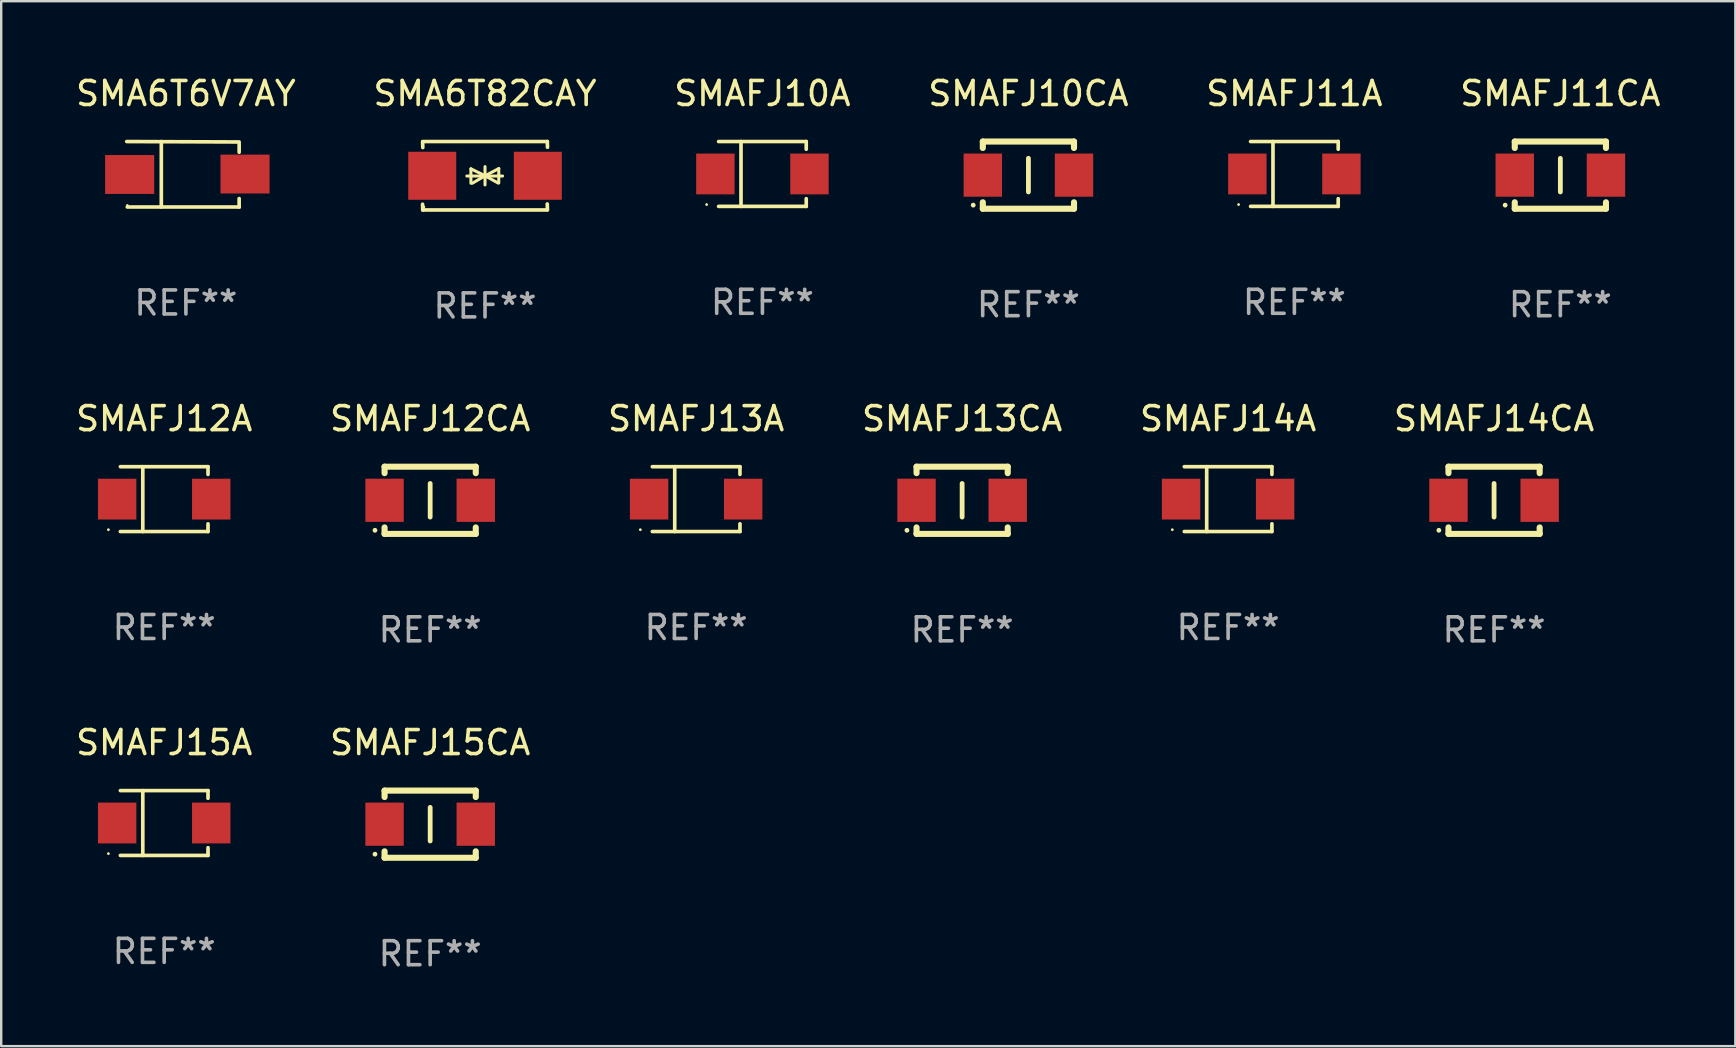
<source format=kicad_pcb>
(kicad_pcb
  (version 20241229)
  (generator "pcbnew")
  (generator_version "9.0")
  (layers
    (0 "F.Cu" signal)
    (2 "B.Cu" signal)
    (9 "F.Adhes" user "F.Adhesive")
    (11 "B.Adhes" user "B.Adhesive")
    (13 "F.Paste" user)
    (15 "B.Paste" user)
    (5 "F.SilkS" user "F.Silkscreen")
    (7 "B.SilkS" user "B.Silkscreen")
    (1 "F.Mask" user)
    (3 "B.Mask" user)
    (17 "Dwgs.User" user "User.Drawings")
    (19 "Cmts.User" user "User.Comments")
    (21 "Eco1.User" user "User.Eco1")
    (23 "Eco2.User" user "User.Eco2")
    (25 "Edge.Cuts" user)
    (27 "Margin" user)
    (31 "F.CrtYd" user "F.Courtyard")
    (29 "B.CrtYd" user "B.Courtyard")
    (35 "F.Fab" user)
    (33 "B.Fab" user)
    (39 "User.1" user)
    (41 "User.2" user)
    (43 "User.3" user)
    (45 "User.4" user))
  (footprint "SMAFJ11CA"
    (layer "F.Cu")
    (at 61.97 4.248)
    (property "Reference" "SMAFJ11CA" (at 0 -3.4 0) (layer "F.SilkS") (effects (font (size 1 1) (thickness 0.15))))
    (attr through_hole)
    (fp_line (start -1.9 -1.4) (end -1.9 -1.131) (stroke (width 0.254) (type solid)) (layer "F.SilkS"))
    (fp_line (start -1.9 -1.4) (end 1.9 -1.4) (stroke (width 0.254) (type solid)) (layer "F.SilkS"))
    (fp_line (start -1.9 1.131) (end -1.9 1.4) (stroke (width 0.254) (type solid)) (layer "F.SilkS"))
    (fp_line (start -1.9 1.4) (end 1.9 1.4) (stroke (width 0.254) (type solid)) (layer "F.SilkS"))
    (fp_line (start 0 -0.7) (end 0 0.7) (stroke (width 0.2) (type solid)) (layer "F.SilkS"))
    (fp_line (start 1.9 -1.4) (end 1.9 -1.131) (stroke (width 0.254) (type solid)) (layer "F.SilkS"))
    (fp_line (start 1.9 1.131) (end 1.9 1.4) (stroke (width 0.254) (type solid)) (layer "F.SilkS"))
    (fp_circle (center -2.3 1.25) (end -2.25 1.25) (stroke (width 0.1) (type solid)) (fill no) (layer "F.SilkS"))
    (fp_text user "REF**" (at 0 5.4 0) (layer "F.Fab") (effects (font (size 1 1) (thickness 0.15))))
    (pad "1" smd rect (at -1.9 0 180) (size 1.6 1.8) (layers "F.Cu" "F.Mask" "F.Paste"))
    (pad "2" smd rect (at 1.9 0 180) (size 1.6 1.8) (layers "F.Cu" "F.Mask" "F.Paste")))
  (footprint "SMAFJ14CA"
    (layer "F.Cu")
    (at 59.208 17.797)
    (property "Reference" "SMAFJ14CA" (at 0 -3.4 0) (layer "F.SilkS") (effects (font (size 1 1) (thickness 0.15))))
    (attr through_hole)
    (fp_line (start -1.9 -1.4) (end -1.9 -1.131) (stroke (width 0.254) (type solid)) (layer "F.SilkS"))
    (fp_line (start -1.9 -1.4) (end 1.9 -1.4) (stroke (width 0.254) (type solid)) (layer "F.SilkS"))
    (fp_line (start -1.9 1.131) (end -1.9 1.4) (stroke (width 0.254) (type solid)) (layer "F.SilkS"))
    (fp_line (start -1.9 1.4) (end 1.9 1.4) (stroke (width 0.254) (type solid)) (layer "F.SilkS"))
    (fp_line (start 0 -0.7) (end 0 0.7) (stroke (width 0.2) (type solid)) (layer "F.SilkS"))
    (fp_line (start 1.9 -1.4) (end 1.9 -1.131) (stroke (width 0.254) (type solid)) (layer "F.SilkS"))
    (fp_line (start 1.9 1.131) (end 1.9 1.4) (stroke (width 0.254) (type solid)) (layer "F.SilkS"))
    (fp_circle (center -2.3 1.25) (end -2.25 1.25) (stroke (width 0.1) (type solid)) (fill no) (layer "F.SilkS"))
    (fp_text user "REF**" (at 0 5.4 0) (layer "F.Fab") (effects (font (size 1 1) (thickness 0.15))))
    (pad "1" smd rect (at -1.9 0 180) (size 1.6 1.8) (layers "F.Cu" "F.Mask" "F.Paste"))
    (pad "2" smd rect (at 1.9 0 180) (size 1.6 1.8) (layers "F.Cu" "F.Mask" "F.Paste")))
  (footprint "SMAFJ10A"
    (layer "F.Cu")
    (at 28.72 4.199)
    (property "Reference" "SMAFJ10A" (at 0 -3.351 0) (layer "F.SilkS") (effects (font (size 1 1) (thickness 0.15))))
    (attr through_hole)
    (fp_line (start -1.826 -1.351) (end 1.826 -1.351) (stroke (width 0.152) (type solid)) (layer "F.SilkS"))
    (fp_line (start -1.826 1.351) (end 1.826 1.351) (stroke (width 0.152) (type solid)) (layer "F.SilkS"))
    (fp_line (start -0.892 -1.351) (end -0.892 1.351) (stroke (width 0.152) (type solid)) (layer "F.SilkS"))
    (fp_line (start 1.826 -1.351) (end 1.826 -1.03) (stroke (width 0.152) (type solid)) (layer "F.SilkS"))
    (fp_line (start 1.826 1.03) (end 1.826 1.351) (stroke (width 0.152) (type solid)) (layer "F.SilkS"))
    (fp_circle (center -2.325 1.275) (end -2.295 1.275) (stroke (width 0.06) (type solid)) (fill no) (layer "F.SilkS"))
    (fp_text user "REF**" (at 0 5.351 0) (layer "F.Fab") (effects (font (size 1 1) (thickness 0.15))))
    (pad "1" smd rect (at -1.96 0 180) (size 1.6 1.7) (layers "F.Cu" "F.Mask" "F.Paste"))
    (pad "2" smd rect (at 1.96 0 180) (size 1.6 1.7) (layers "F.Cu" "F.Mask" "F.Paste")))
  (footprint "SMAFJ10CA"
    (layer "F.Cu")
    (at 39.804 4.248)
    (property "Reference" "SMAFJ10CA" (at 0 -3.4 0) (layer "F.SilkS") (effects (font (size 1 1) (thickness 0.15))))
    (attr through_hole)
    (fp_line (start -1.9 -1.4) (end -1.9 -1.131) (stroke (width 0.254) (type solid)) (layer "F.SilkS"))
    (fp_line (start -1.9 -1.4) (end 1.9 -1.4) (stroke (width 0.254) (type solid)) (layer "F.SilkS"))
    (fp_line (start -1.9 1.131) (end -1.9 1.4) (stroke (width 0.254) (type solid)) (layer "F.SilkS"))
    (fp_line (start -1.9 1.4) (end 1.9 1.4) (stroke (width 0.254) (type solid)) (layer "F.SilkS"))
    (fp_line (start 0 -0.7) (end 0 0.7) (stroke (width 0.2) (type solid)) (layer "F.SilkS"))
    (fp_line (start 1.9 -1.4) (end 1.9 -1.131) (stroke (width 0.254) (type solid)) (layer "F.SilkS"))
    (fp_line (start 1.9 1.131) (end 1.9 1.4) (stroke (width 0.254) (type solid)) (layer "F.SilkS"))
    (fp_circle (center -2.3 1.25) (end -2.25 1.25) (stroke (width 0.1) (type solid)) (fill no) (layer "F.SilkS"))
    (fp_text user "REF**" (at 0 5.4 0) (layer "F.Fab") (effects (font (size 1 1) (thickness 0.15))))
    (pad "1" smd rect (at -1.9 0 180) (size 1.6 1.8) (layers "F.Cu" "F.Mask" "F.Paste"))
    (pad "2" smd rect (at 1.9 0 180) (size 1.6 1.8) (layers "F.Cu" "F.Mask" "F.Paste")))
  (footprint "SMAFJ12CA"
    (layer "F.Cu")
    (at 14.875 17.797)
    (property "Reference" "SMAFJ12CA" (at 0 -3.4 0) (layer "F.SilkS") (effects (font (size 1 1) (thickness 0.15))))
    (attr through_hole)
    (fp_line (start -1.9 -1.4) (end -1.9 -1.131) (stroke (width 0.254) (type solid)) (layer "F.SilkS"))
    (fp_line (start -1.9 -1.4) (end 1.9 -1.4) (stroke (width 0.254) (type solid)) (layer "F.SilkS"))
    (fp_line (start -1.9 1.131) (end -1.9 1.4) (stroke (width 0.254) (type solid)) (layer "F.SilkS"))
    (fp_line (start -1.9 1.4) (end 1.9 1.4) (stroke (width 0.254) (type solid)) (layer "F.SilkS"))
    (fp_line (start 0 -0.7) (end 0 0.7) (stroke (width 0.2) (type solid)) (layer "F.SilkS"))
    (fp_line (start 1.9 -1.4) (end 1.9 -1.131) (stroke (width 0.254) (type solid)) (layer "F.SilkS"))
    (fp_line (start 1.9 1.131) (end 1.9 1.4) (stroke (width 0.254) (type solid)) (layer "F.SilkS"))
    (fp_circle (center -2.3 1.25) (end -2.25 1.25) (stroke (width 0.1) (type solid)) (fill no) (layer "F.SilkS"))
    (fp_text user "REF**" (at 0 5.4 0) (layer "F.Fab") (effects (font (size 1 1) (thickness 0.15))))
    (pad "1" smd rect (at -1.9 0 180) (size 1.6 1.8) (layers "F.Cu" "F.Mask" "F.Paste"))
    (pad "2" smd rect (at 1.9 0 180) (size 1.6 1.8) (layers "F.Cu" "F.Mask" "F.Paste")))
  (footprint "SMA6T6V7AY"
    (layer "F.Cu")
    (at 4.696 4.212)
    (property "Reference" "SMA6T6V7AY" (at 0 -3.364 0) (layer "F.SilkS") (effects (font (size 1 1) (thickness 0.15))))
    (attr through_hole)
    (fp_line (start -2.465 -1.364) (end 2.22 -1.346) (stroke (width 0.152) (type solid)) (layer "F.SilkS"))
    (fp_line (start -2.442 1.364) (end 2.226 1.364) (stroke (width 0.152) (type solid)) (layer "F.SilkS"))
    (fp_line (start -1.024 -1.364) (end -1.024 1.364) (stroke (width 0.152) (type solid)) (layer "F.SilkS"))
    (fp_line (start 2.22 -1.27) (end 2.22 -0.919) (stroke (width 0.152) (type solid)) (layer "F.SilkS"))
    (fp_line (start 2.22 1.364) (end 2.22 1.013) (stroke (width 0.152) (type solid)) (layer "F.SilkS"))
    (fp_circle (center -2.439 1.3) (end -2.409 1.3) (stroke (width 0.06) (type solid)) (fill no) (layer "F.SilkS"))
    (fp_text user "REF**" (at 0 5.364 0) (layer "F.Fab") (effects (font (size 1 1) (thickness 0.15))))
    (pad "1" smd rect (at -2.343 0.009) (size 2.046 1.62) (layers "F.Cu" "F.Mask" "F.Paste"))
    (pad "2" smd rect (at 2.465 -0.009 180) (size 2.046 1.62) (layers "F.Cu" "F.Mask" "F.Paste")))
  (footprint "SMAFJ14A"
    (layer "F.Cu")
    (at 48.125 17.748)
    (property "Reference" "SMAFJ14A" (at 0 -3.351 0) (layer "F.SilkS") (effects (font (size 1 1) (thickness 0.15))))
    (attr through_hole)
    (fp_line (start -1.826 -1.351) (end 1.826 -1.351) (stroke (width 0.152) (type solid)) (layer "F.SilkS"))
    (fp_line (start -1.826 1.351) (end 1.826 1.351) (stroke (width 0.152) (type solid)) (layer "F.SilkS"))
    (fp_line (start -0.892 -1.351) (end -0.892 1.351) (stroke (width 0.152) (type solid)) (layer "F.SilkS"))
    (fp_line (start 1.826 -1.351) (end 1.826 -1.03) (stroke (width 0.152) (type solid)) (layer "F.SilkS"))
    (fp_line (start 1.826 1.03) (end 1.826 1.351) (stroke (width 0.152) (type solid)) (layer "F.SilkS"))
    (fp_circle (center -2.325 1.275) (end -2.295 1.275) (stroke (width 0.06) (type solid)) (fill no) (layer "F.SilkS"))
    (fp_text user "REF**" (at 0 5.351 0) (layer "F.Fab") (effects (font (size 1 1) (thickness 0.15))))
    (pad "1" smd rect (at -1.96 0 180) (size 1.6 1.7) (layers "F.Cu" "F.Mask" "F.Paste"))
    (pad "2" smd rect (at 1.96 0 180) (size 1.6 1.7) (layers "F.Cu" "F.Mask" "F.Paste")))
  (footprint "SMAFJ13CA"
    (layer "F.Cu")
    (at 37.042 17.797)
    (property "Reference" "SMAFJ13CA" (at 0 -3.4 0) (layer "F.SilkS") (effects (font (size 1 1) (thickness 0.15))))
    (attr through_hole)
    (fp_line (start -1.9 -1.4) (end -1.9 -1.131) (stroke (width 0.254) (type solid)) (layer "F.SilkS"))
    (fp_line (start -1.9 -1.4) (end 1.9 -1.4) (stroke (width 0.254) (type solid)) (layer "F.SilkS"))
    (fp_line (start -1.9 1.131) (end -1.9 1.4) (stroke (width 0.254) (type solid)) (layer "F.SilkS"))
    (fp_line (start -1.9 1.4) (end 1.9 1.4) (stroke (width 0.254) (type solid)) (layer "F.SilkS"))
    (fp_line (start 0 -0.7) (end 0 0.7) (stroke (width 0.2) (type solid)) (layer "F.SilkS"))
    (fp_line (start 1.9 -1.4) (end 1.9 -1.131) (stroke (width 0.254) (type solid)) (layer "F.SilkS"))
    (fp_line (start 1.9 1.131) (end 1.9 1.4) (stroke (width 0.254) (type solid)) (layer "F.SilkS"))
    (fp_circle (center -2.3 1.25) (end -2.25 1.25) (stroke (width 0.1) (type solid)) (fill no) (layer "F.SilkS"))
    (fp_text user "REF**" (at 0 5.4 0) (layer "F.Fab") (effects (font (size 1 1) (thickness 0.15))))
    (pad "1" smd rect (at -1.9 0 180) (size 1.6 1.8) (layers "F.Cu" "F.Mask" "F.Paste"))
    (pad "2" smd rect (at 1.9 0 180) (size 1.6 1.8) (layers "F.Cu" "F.Mask" "F.Paste")))
  (footprint "SMA6T82CAY"
    (layer "F.Cu")
    (at 17.161 4.274)
    (property "Reference" "SMA6T82CAY" (at 0 -3.426 0) (layer "F.SilkS") (effects (font (size 1 1) (thickness 0.15))))
    (attr through_hole)
    (fp_line (start -2.596 -1.426) (end 2.596 -1.426) (stroke (width 0.152) (type solid)) (layer "F.SilkS"))
    (fp_line (start -2.596 1.426) (end -2.603 1.187) (stroke (width 0.152) (type solid)) (layer "F.SilkS"))
    (fp_line (start -2.596 1.426) (end 2.596 1.426) (stroke (width 0.152) (type solid)) (layer "F.SilkS"))
    (fp_line (start -2.593 -1.176) (end -2.6 -1.415) (stroke (width 0.152) (type solid)) (layer "F.SilkS"))
    (fp_line (start -0.758 0.011) (end 0.732 0.011) (stroke (width 0.127) (type solid)) (layer "F.SilkS"))
    (fp_line (start -0.588 -0.289) (end -0.588 0.311) (stroke (width 0.127) (type solid)) (layer "F.SilkS"))
    (fp_line (start -0.588 -0.289) (end 0 0) (stroke (width 0.127) (type solid)) (layer "F.SilkS"))
    (fp_line (start -0.528 0.311) (end 0 0) (stroke (width 0.127) (type solid)) (layer "F.SilkS"))
    (fp_line (start 0 0) (end 0 -0.381) (stroke (width 0.127) (type solid)) (layer "F.SilkS"))
    (fp_line (start 0 0) (end 0 0.381) (stroke (width 0.127) (type solid)) (layer "F.SilkS"))
    (fp_line (start 0.542 0.301) (end 0 0) (stroke (width 0.127) (type solid)) (layer "F.SilkS"))
    (fp_line (start 0.572 -0.299) (end 0 0) (stroke (width 0.127) (type solid)) (layer "F.SilkS"))
    (fp_line (start 0.572 -0.299) (end 0.572 0.301) (stroke (width 0.127) (type solid)) (layer "F.SilkS"))
    (fp_line (start 2.593 1.176) (end 2.6 1.415) (stroke (width 0.152) (type solid)) (layer "F.SilkS"))
    (fp_line (start 2.596 -1.426) (end 2.603 -1.187) (stroke (width 0.152) (type solid)) (layer "F.SilkS"))
    (fp_circle (center -2.55 1.3) (end -2.52 1.3) (stroke (width 0.06) (type solid)) (fill no) (layer "F.SilkS"))
    (fp_text user "REF**" (at 0 5.426 0) (layer "F.Fab") (effects (font (size 1 1) (thickness 0.15))))
    (pad "1" smd rect (at -2.2 0 180) (size 2 2) (layers "F.Cu" "F.Mask" "F.Paste"))
    (pad "2" smd rect (at 2.2 0 180) (size 2 2) (layers "F.Cu" "F.Mask" "F.Paste")))
  (footprint "SMAFJ15A"
    (layer "F.Cu")
    (at 3.792 31.245)
    (property "Reference" "SMAFJ15A" (at 0 -3.351 0) (layer "F.SilkS") (effects (font (size 1 1) (thickness 0.15))))
    (attr through_hole)
    (fp_line (start -1.826 -1.351) (end 1.826 -1.351) (stroke (width 0.152) (type solid)) (layer "F.SilkS"))
    (fp_line (start -1.826 1.351) (end 1.826 1.351) (stroke (width 0.152) (type solid)) (layer "F.SilkS"))
    (fp_line (start -0.892 -1.351) (end -0.892 1.351) (stroke (width 0.152) (type solid)) (layer "F.SilkS"))
    (fp_line (start 1.826 -1.351) (end 1.826 -1.03) (stroke (width 0.152) (type solid)) (layer "F.SilkS"))
    (fp_line (start 1.826 1.03) (end 1.826 1.351) (stroke (width 0.152) (type solid)) (layer "F.SilkS"))
    (fp_circle (center -2.325 1.275) (end -2.295 1.275) (stroke (width 0.06) (type solid)) (fill no) (layer "F.SilkS"))
    (fp_text user "REF**" (at 0 5.351 0) (layer "F.Fab") (effects (font (size 1 1) (thickness 0.15))))
    (pad "1" smd rect (at -1.96 0 180) (size 1.6 1.7) (layers "F.Cu" "F.Mask" "F.Paste"))
    (pad "2" smd rect (at 1.96 0 180) (size 1.6 1.7) (layers "F.Cu" "F.Mask" "F.Paste")))
  (footprint "SMAFJ12A"
    (layer "F.Cu")
    (at 3.792 17.748)
    (property "Reference" "SMAFJ12A" (at 0 -3.351 0) (layer "F.SilkS") (effects (font (size 1 1) (thickness 0.15))))
    (attr through_hole)
    (fp_line (start -1.826 -1.351) (end 1.826 -1.351) (stroke (width 0.152) (type solid)) (layer "F.SilkS"))
    (fp_line (start -1.826 1.351) (end 1.826 1.351) (stroke (width 0.152) (type solid)) (layer "F.SilkS"))
    (fp_line (start -0.892 -1.351) (end -0.892 1.351) (stroke (width 0.152) (type solid)) (layer "F.SilkS"))
    (fp_line (start 1.826 -1.351) (end 1.826 -1.03) (stroke (width 0.152) (type solid)) (layer "F.SilkS"))
    (fp_line (start 1.826 1.03) (end 1.826 1.351) (stroke (width 0.152) (type solid)) (layer "F.SilkS"))
    (fp_circle (center -2.325 1.275) (end -2.295 1.275) (stroke (width 0.06) (type solid)) (fill no) (layer "F.SilkS"))
    (fp_text user "REF**" (at 0 5.351 0) (layer "F.Fab") (effects (font (size 1 1) (thickness 0.15))))
    (pad "1" smd rect (at -1.96 0 180) (size 1.6 1.7) (layers "F.Cu" "F.Mask" "F.Paste"))
    (pad "2" smd rect (at 1.96 0 180) (size 1.6 1.7) (layers "F.Cu" "F.Mask" "F.Paste")))
  (footprint "SMAFJ11A"
    (layer "F.Cu")
    (at 50.887 4.199)
    (property "Reference" "SMAFJ11A" (at 0 -3.351 0) (layer "F.SilkS") (effects (font (size 1 1) (thickness 0.15))))
    (attr through_hole)
    (fp_line (start -1.826 -1.351) (end 1.826 -1.351) (stroke (width 0.152) (type solid)) (layer "F.SilkS"))
    (fp_line (start -1.826 1.351) (end 1.826 1.351) (stroke (width 0.152) (type solid)) (layer "F.SilkS"))
    (fp_line (start -0.892 -1.351) (end -0.892 1.351) (stroke (width 0.152) (type solid)) (layer "F.SilkS"))
    (fp_line (start 1.826 -1.351) (end 1.826 -1.03) (stroke (width 0.152) (type solid)) (layer "F.SilkS"))
    (fp_line (start 1.826 1.03) (end 1.826 1.351) (stroke (width 0.152) (type solid)) (layer "F.SilkS"))
    (fp_circle (center -2.325 1.275) (end -2.295 1.275) (stroke (width 0.06) (type solid)) (fill no) (layer "F.SilkS"))
    (fp_text user "REF**" (at 0 5.351 0) (layer "F.Fab") (effects (font (size 1 1) (thickness 0.15))))
    (pad "1" smd rect (at -1.96 0 180) (size 1.6 1.7) (layers "F.Cu" "F.Mask" "F.Paste"))
    (pad "2" smd rect (at 1.96 0 180) (size 1.6 1.7) (layers "F.Cu" "F.Mask" "F.Paste")))
  (footprint "SMAFJ15CA"
    (layer "F.Cu")
    (at 14.875 31.294)
    (property "Reference" "SMAFJ15CA" (at 0 -3.4 0) (layer "F.SilkS") (effects (font (size 1 1) (thickness 0.15))))
    (attr through_hole)
    (fp_line (start -1.9 -1.4) (end -1.9 -1.131) (stroke (width 0.254) (type solid)) (layer "F.SilkS"))
    (fp_line (start -1.9 -1.4) (end 1.9 -1.4) (stroke (width 0.254) (type solid)) (layer "F.SilkS"))
    (fp_line (start -1.9 1.131) (end -1.9 1.4) (stroke (width 0.254) (type solid)) (layer "F.SilkS"))
    (fp_line (start -1.9 1.4) (end 1.9 1.4) (stroke (width 0.254) (type solid)) (layer "F.SilkS"))
    (fp_line (start 0 -0.7) (end 0 0.7) (stroke (width 0.2) (type solid)) (layer "F.SilkS"))
    (fp_line (start 1.9 -1.4) (end 1.9 -1.131) (stroke (width 0.254) (type solid)) (layer "F.SilkS"))
    (fp_line (start 1.9 1.131) (end 1.9 1.4) (stroke (width 0.254) (type solid)) (layer "F.SilkS"))
    (fp_circle (center -2.3 1.25) (end -2.25 1.25) (stroke (width 0.1) (type solid)) (fill no) (layer "F.SilkS"))
    (fp_text user "REF**" (at 0 5.4 0) (layer "F.Fab") (effects (font (size 1 1) (thickness 0.15))))
    (pad "1" smd rect (at -1.9 0 180) (size 1.6 1.8) (layers "F.Cu" "F.Mask" "F.Paste"))
    (pad "2" smd rect (at 1.9 0 180) (size 1.6 1.8) (layers "F.Cu" "F.Mask" "F.Paste")))
  (footprint "SMAFJ13A"
    (layer "F.Cu")
    (at 25.958 17.748)
    (property "Reference" "SMAFJ13A" (at 0 -3.351 0) (layer "F.SilkS") (effects (font (size 1 1) (thickness 0.15))))
    (attr through_hole)
    (fp_line (start -1.826 -1.351) (end 1.826 -1.351) (stroke (width 0.152) (type solid)) (layer "F.SilkS"))
    (fp_line (start -1.826 1.351) (end 1.826 1.351) (stroke (width 0.152) (type solid)) (layer "F.SilkS"))
    (fp_line (start -0.892 -1.351) (end -0.892 1.351) (stroke (width 0.152) (type solid)) (layer "F.SilkS"))
    (fp_line (start 1.826 -1.351) (end 1.826 -1.03) (stroke (width 0.152) (type solid)) (layer "F.SilkS"))
    (fp_line (start 1.826 1.03) (end 1.826 1.351) (stroke (width 0.152) (type solid)) (layer "F.SilkS"))
    (fp_circle (center -2.325 1.275) (end -2.295 1.275) (stroke (width 0.06) (type solid)) (fill no) (layer "F.SilkS"))
    (fp_text user "REF**" (at 0 5.351 0) (layer "F.Fab") (effects (font (size 1 1) (thickness 0.15))))
    (pad "1" smd rect (at -1.96 0 180) (size 1.6 1.7) (layers "F.Cu" "F.Mask" "F.Paste"))
    (pad "2" smd rect (at 1.96 0 180) (size 1.6 1.7) (layers "F.Cu" "F.Mask" "F.Paste")))
  (gr_rect
    (start -3 -3)
    (end 69.262 40.542)
    (stroke (width 0.1) (type default))
    (fill no)
    (layer "Edge.Cuts")))
</source>
